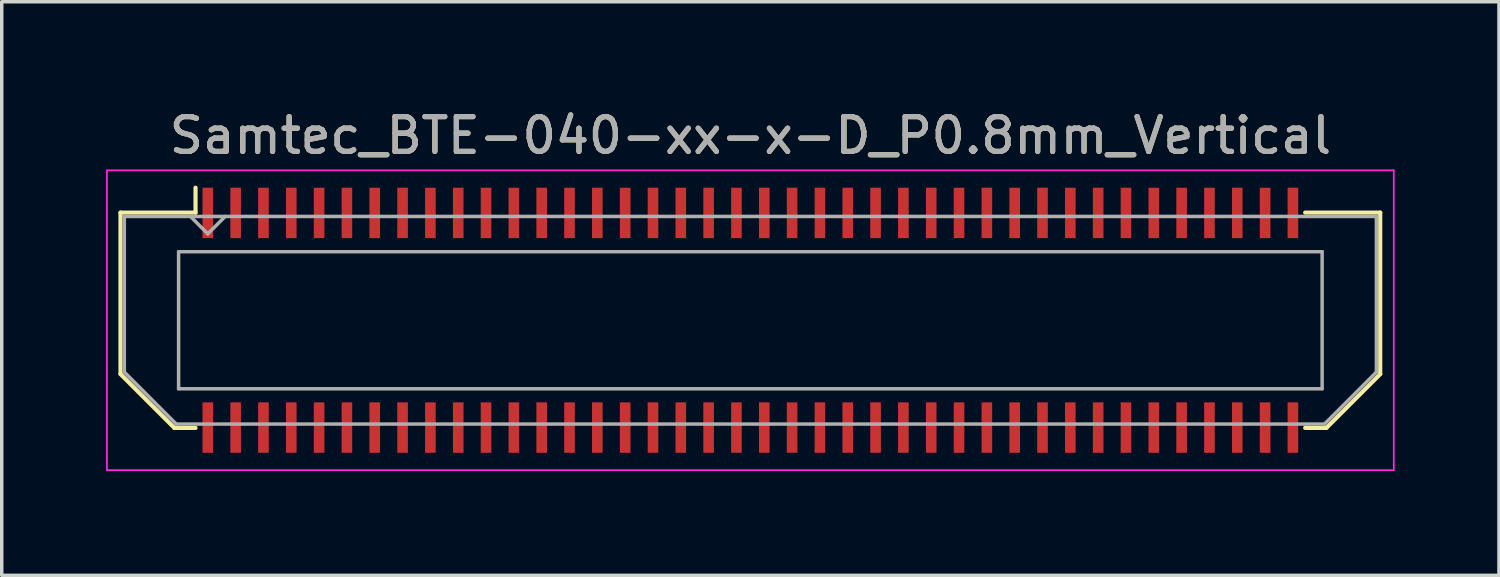
<source format=kicad_pcb>
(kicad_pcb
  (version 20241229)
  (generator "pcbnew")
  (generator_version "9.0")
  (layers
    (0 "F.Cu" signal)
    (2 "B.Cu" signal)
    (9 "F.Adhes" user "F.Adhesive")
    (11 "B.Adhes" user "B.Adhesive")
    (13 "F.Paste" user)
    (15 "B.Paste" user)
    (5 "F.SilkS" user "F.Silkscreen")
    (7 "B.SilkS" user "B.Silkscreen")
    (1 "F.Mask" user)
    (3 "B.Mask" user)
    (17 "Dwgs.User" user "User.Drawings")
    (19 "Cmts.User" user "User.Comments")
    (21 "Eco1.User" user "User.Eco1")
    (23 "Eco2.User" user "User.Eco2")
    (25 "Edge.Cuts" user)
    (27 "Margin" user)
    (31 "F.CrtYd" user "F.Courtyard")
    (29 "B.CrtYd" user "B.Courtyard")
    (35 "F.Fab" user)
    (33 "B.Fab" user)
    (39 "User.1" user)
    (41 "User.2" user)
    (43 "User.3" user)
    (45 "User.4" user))
  (footprint "Samtec_BTE-040-xx-x-D_P0.8mm_Vertical"
    (layer "F.Cu")
    (at 18.525 6.158)
    (property "Reference" "Samtec_BTE-040-xx-x-D_P0.8mm_Vertical" (at 0 -5.31 0) (layer "F.SilkS") (effects (font (size 1 1) (thickness 0.15))))
    (attr smd)
    (fp_line (start -18.11 -3.095) (end -18.11 1.548) (stroke (width 0.12) (type solid)) (layer "F.SilkS"))
    (fp_line (start -18.11 1.548) (end -16.562 3.095) (stroke (width 0.12) (type solid)) (layer "F.SilkS"))
    (fp_line (start -16.562 3.095) (end -15.953 3.095) (stroke (width 0.12) (type solid)) (layer "F.SilkS"))
    (fp_line (start -15.953 -3.811) (end -15.953 -3.095) (stroke (width 0.12) (type solid)) (layer "F.SilkS"))
    (fp_line (start -15.953 -3.095) (end -18.11 -3.095) (stroke (width 0.12) (type solid)) (layer "F.SilkS"))
    (fp_line (start 15.953 -3.095) (end 18.11 -3.095) (stroke (width 0.12) (type solid)) (layer "F.SilkS"))
    (fp_line (start 16.562 3.095) (end 15.953 3.095) (stroke (width 0.12) (type solid)) (layer "F.SilkS"))
    (fp_line (start 18.11 -3.095) (end 18.11 1.548) (stroke (width 0.12) (type solid)) (layer "F.SilkS"))
    (fp_line (start 18.11 1.548) (end 16.562 3.095) (stroke (width 0.12) (type solid)) (layer "F.SilkS"))
    (fp_line (start -18.5 -4.31) (end -18.5 4.31) (stroke (width 0.05) (type solid)) (layer "F.CrtYd"))
    (fp_line (start -18.5 4.31) (end 18.5 4.31) (stroke (width 0.05) (type solid)) (layer "F.CrtYd"))
    (fp_line (start 18.5 -4.31) (end -18.5 -4.31) (stroke (width 0.05) (type solid)) (layer "F.CrtYd"))
    (fp_line (start 18.5 4.31) (end 18.5 -4.31) (stroke (width 0.05) (type solid)) (layer "F.CrtYd"))
    (fp_line (start -18 -2.985) (end -18 1.492) (stroke (width 0.1) (type solid)) (layer "F.Fab"))
    (fp_line (start -18 -2.985) (end 18 -2.985) (stroke (width 0.1) (type solid)) (layer "F.Fab"))
    (fp_line (start -18 1.492) (end -16.508 2.985) (stroke (width 0.1) (type solid)) (layer "F.Fab"))
    (fp_line (start -16.508 2.985) (end 16.508 2.985) (stroke (width 0.1) (type solid)) (layer "F.Fab"))
    (fp_line (start -16.44 -1.97) (end -16.44 1.97) (stroke (width 0.1) (type solid)) (layer "F.Fab"))
    (fp_line (start -16.44 1.97) (end 16.44 1.97) (stroke (width 0.1) (type solid)) (layer "F.Fab"))
    (fp_line (start -15.6 -2.485) (end -16.1 -2.985) (stroke (width 0.1) (type solid)) (layer "F.Fab"))
    (fp_line (start -15.1 -2.985) (end -15.6 -2.485) (stroke (width 0.1) (type solid)) (layer "F.Fab"))
    (fp_line (start 16.44 -1.97) (end -16.44 -1.97) (stroke (width 0.1) (type solid)) (layer "F.Fab"))
    (fp_line (start 16.44 1.97) (end 16.44 -1.97) (stroke (width 0.1) (type solid)) (layer "F.Fab"))
    (fp_line (start 18 -2.985) (end 18 1.492) (stroke (width 0.1) (type solid)) (layer "F.Fab"))
    (fp_line (start 18 1.492) (end 16.508 2.985) (stroke (width 0.1) (type solid)) (layer "F.Fab"))
    (fp_text user "${REFERENCE}" (at 0 -5.31 0) (layer "F.Fab") (effects (font (size 1 1) (thickness 0.15))))
    (pad "1" smd rect (at -15.6 -3.086) (size 0.305 1.45) (layers "F.Cu" "F.Mask" "F.Paste"))
    (pad "2" smd rect (at -15.6 3.086) (size 0.305 1.45) (layers "F.Cu" "F.Mask" "F.Paste"))
    (pad "3" smd rect (at -14.8 -3.086) (size 0.305 1.45) (layers "F.Cu" "F.Mask" "F.Paste"))
    (pad "4" smd rect (at -14.8 3.086) (size 0.305 1.45) (layers "F.Cu" "F.Mask" "F.Paste"))
    (pad "5" smd rect (at -14 -3.086) (size 0.305 1.45) (layers "F.Cu" "F.Mask" "F.Paste"))
    (pad "6" smd rect (at -14 3.086) (size 0.305 1.45) (layers "F.Cu" "F.Mask" "F.Paste"))
    (pad "7" smd rect (at -13.2 -3.086) (size 0.305 1.45) (layers "F.Cu" "F.Mask" "F.Paste"))
    (pad "8" smd rect (at -13.2 3.086) (size 0.305 1.45) (layers "F.Cu" "F.Mask" "F.Paste"))
    (pad "9" smd rect (at -12.4 -3.086) (size 0.305 1.45) (layers "F.Cu" "F.Mask" "F.Paste"))
    (pad "10" smd rect (at -12.4 3.086) (size 0.305 1.45) (layers "F.Cu" "F.Mask" "F.Paste"))
    (pad "11" smd rect (at -11.6 -3.086) (size 0.305 1.45) (layers "F.Cu" "F.Mask" "F.Paste"))
    (pad "12" smd rect (at -11.6 3.086) (size 0.305 1.45) (layers "F.Cu" "F.Mask" "F.Paste"))
    (pad "13" smd rect (at -10.8 -3.086) (size 0.305 1.45) (layers "F.Cu" "F.Mask" "F.Paste"))
    (pad "14" smd rect (at -10.8 3.086) (size 0.305 1.45) (layers "F.Cu" "F.Mask" "F.Paste"))
    (pad "15" smd rect (at -10 -3.086) (size 0.305 1.45) (layers "F.Cu" "F.Mask" "F.Paste"))
    (pad "16" smd rect (at -10 3.086) (size 0.305 1.45) (layers "F.Cu" "F.Mask" "F.Paste"))
    (pad "17" smd rect (at -9.2 -3.086) (size 0.305 1.45) (layers "F.Cu" "F.Mask" "F.Paste"))
    (pad "18" smd rect (at -9.2 3.086) (size 0.305 1.45) (layers "F.Cu" "F.Mask" "F.Paste"))
    (pad "19" smd rect (at -8.4 -3.086) (size 0.305 1.45) (layers "F.Cu" "F.Mask" "F.Paste"))
    (pad "20" smd rect (at -8.4 3.086) (size 0.305 1.45) (layers "F.Cu" "F.Mask" "F.Paste"))
    (pad "21" smd rect (at -7.6 -3.086) (size 0.305 1.45) (layers "F.Cu" "F.Mask" "F.Paste"))
    (pad "22" smd rect (at -7.6 3.086) (size 0.305 1.45) (layers "F.Cu" "F.Mask" "F.Paste"))
    (pad "23" smd rect (at -6.8 -3.086) (size 0.305 1.45) (layers "F.Cu" "F.Mask" "F.Paste"))
    (pad "24" smd rect (at -6.8 3.086) (size 0.305 1.45) (layers "F.Cu" "F.Mask" "F.Paste"))
    (pad "25" smd rect (at -6 -3.086) (size 0.305 1.45) (layers "F.Cu" "F.Mask" "F.Paste"))
    (pad "26" smd rect (at -6 3.086) (size 0.305 1.45) (layers "F.Cu" "F.Mask" "F.Paste"))
    (pad "27" smd rect (at -5.2 -3.086) (size 0.305 1.45) (layers "F.Cu" "F.Mask" "F.Paste"))
    (pad "28" smd rect (at -5.2 3.086) (size 0.305 1.45) (layers "F.Cu" "F.Mask" "F.Paste"))
    (pad "29" smd rect (at -4.4 -3.086) (size 0.305 1.45) (layers "F.Cu" "F.Mask" "F.Paste"))
    (pad "30" smd rect (at -4.4 3.086) (size 0.305 1.45) (layers "F.Cu" "F.Mask" "F.Paste"))
    (pad "31" smd rect (at -3.6 -3.086) (size 0.305 1.45) (layers "F.Cu" "F.Mask" "F.Paste"))
    (pad "32" smd rect (at -3.6 3.086) (size 0.305 1.45) (layers "F.Cu" "F.Mask" "F.Paste"))
    (pad "33" smd rect (at -2.8 -3.086) (size 0.305 1.45) (layers "F.Cu" "F.Mask" "F.Paste"))
    (pad "34" smd rect (at -2.8 3.086) (size 0.305 1.45) (layers "F.Cu" "F.Mask" "F.Paste"))
    (pad "35" smd rect (at -2 -3.086) (size 0.305 1.45) (layers "F.Cu" "F.Mask" "F.Paste"))
    (pad "36" smd rect (at -2 3.086) (size 0.305 1.45) (layers "F.Cu" "F.Mask" "F.Paste"))
    (pad "37" smd rect (at -1.2 -3.086) (size 0.305 1.45) (layers "F.Cu" "F.Mask" "F.Paste"))
    (pad "38" smd rect (at -1.2 3.086) (size 0.305 1.45) (layers "F.Cu" "F.Mask" "F.Paste"))
    (pad "39" smd rect (at -0.4 -3.086) (size 0.305 1.45) (layers "F.Cu" "F.Mask" "F.Paste"))
    (pad "40" smd rect (at -0.4 3.086) (size 0.305 1.45) (layers "F.Cu" "F.Mask" "F.Paste"))
    (pad "41" smd rect (at 0.4 -3.086) (size 0.305 1.45) (layers "F.Cu" "F.Mask" "F.Paste"))
    (pad "42" smd rect (at 0.4 3.086) (size 0.305 1.45) (layers "F.Cu" "F.Mask" "F.Paste"))
    (pad "43" smd rect (at 1.2 -3.086) (size 0.305 1.45) (layers "F.Cu" "F.Mask" "F.Paste"))
    (pad "44" smd rect (at 1.2 3.086) (size 0.305 1.45) (layers "F.Cu" "F.Mask" "F.Paste"))
    (pad "45" smd rect (at 2 -3.086) (size 0.305 1.45) (layers "F.Cu" "F.Mask" "F.Paste"))
    (pad "46" smd rect (at 2 3.086) (size 0.305 1.45) (layers "F.Cu" "F.Mask" "F.Paste"))
    (pad "47" smd rect (at 2.8 -3.086) (size 0.305 1.45) (layers "F.Cu" "F.Mask" "F.Paste"))
    (pad "48" smd rect (at 2.8 3.086) (size 0.305 1.45) (layers "F.Cu" "F.Mask" "F.Paste"))
    (pad "49" smd rect (at 3.6 -3.086) (size 0.305 1.45) (layers "F.Cu" "F.Mask" "F.Paste"))
    (pad "50" smd rect (at 3.6 3.086) (size 0.305 1.45) (layers "F.Cu" "F.Mask" "F.Paste"))
    (pad "51" smd rect (at 4.4 -3.086) (size 0.305 1.45) (layers "F.Cu" "F.Mask" "F.Paste"))
    (pad "52" smd rect (at 4.4 3.086) (size 0.305 1.45) (layers "F.Cu" "F.Mask" "F.Paste"))
    (pad "53" smd rect (at 5.2 -3.086) (size 0.305 1.45) (layers "F.Cu" "F.Mask" "F.Paste"))
    (pad "54" smd rect (at 5.2 3.086) (size 0.305 1.45) (layers "F.Cu" "F.Mask" "F.Paste"))
    (pad "55" smd rect (at 6 -3.086) (size 0.305 1.45) (layers "F.Cu" "F.Mask" "F.Paste"))
    (pad "56" smd rect (at 6 3.086) (size 0.305 1.45) (layers "F.Cu" "F.Mask" "F.Paste"))
    (pad "57" smd rect (at 6.8 -3.086) (size 0.305 1.45) (layers "F.Cu" "F.Mask" "F.Paste"))
    (pad "58" smd rect (at 6.8 3.086) (size 0.305 1.45) (layers "F.Cu" "F.Mask" "F.Paste"))
    (pad "59" smd rect (at 7.6 -3.086) (size 0.305 1.45) (layers "F.Cu" "F.Mask" "F.Paste"))
    (pad "60" smd rect (at 7.6 3.086) (size 0.305 1.45) (layers "F.Cu" "F.Mask" "F.Paste"))
    (pad "61" smd rect (at 8.4 -3.086) (size 0.305 1.45) (layers "F.Cu" "F.Mask" "F.Paste"))
    (pad "62" smd rect (at 8.4 3.086) (size 0.305 1.45) (layers "F.Cu" "F.Mask" "F.Paste"))
    (pad "63" smd rect (at 9.2 -3.086) (size 0.305 1.45) (layers "F.Cu" "F.Mask" "F.Paste"))
    (pad "64" smd rect (at 9.2 3.086) (size 0.305 1.45) (layers "F.Cu" "F.Mask" "F.Paste"))
    (pad "65" smd rect (at 10 -3.086) (size 0.305 1.45) (layers "F.Cu" "F.Mask" "F.Paste"))
    (pad "66" smd rect (at 10 3.086) (size 0.305 1.45) (layers "F.Cu" "F.Mask" "F.Paste"))
    (pad "67" smd rect (at 10.8 -3.086) (size 0.305 1.45) (layers "F.Cu" "F.Mask" "F.Paste"))
    (pad "68" smd rect (at 10.8 3.086) (size 0.305 1.45) (layers "F.Cu" "F.Mask" "F.Paste"))
    (pad "69" smd rect (at 11.6 -3.086) (size 0.305 1.45) (layers "F.Cu" "F.Mask" "F.Paste"))
    (pad "70" smd rect (at 11.6 3.086) (size 0.305 1.45) (layers "F.Cu" "F.Mask" "F.Paste"))
    (pad "71" smd rect (at 12.4 -3.086) (size 0.305 1.45) (layers "F.Cu" "F.Mask" "F.Paste"))
    (pad "72" smd rect (at 12.4 3.086) (size 0.305 1.45) (layers "F.Cu" "F.Mask" "F.Paste"))
    (pad "73" smd rect (at 13.2 -3.086) (size 0.305 1.45) (layers "F.Cu" "F.Mask" "F.Paste"))
    (pad "74" smd rect (at 13.2 3.086) (size 0.305 1.45) (layers "F.Cu" "F.Mask" "F.Paste"))
    (pad "75" smd rect (at 14 -3.086) (size 0.305 1.45) (layers "F.Cu" "F.Mask" "F.Paste"))
    (pad "76" smd rect (at 14 3.086) (size 0.305 1.45) (layers "F.Cu" "F.Mask" "F.Paste"))
    (pad "77" smd rect (at 14.8 -3.086) (size 0.305 1.45) (layers "F.Cu" "F.Mask" "F.Paste"))
    (pad "78" smd rect (at 14.8 3.086) (size 0.305 1.45) (layers "F.Cu" "F.Mask" "F.Paste"))
    (pad "79" smd rect (at 15.6 -3.086) (size 0.305 1.45) (layers "F.Cu" "F.Mask" "F.Paste"))
    (pad "80" smd rect (at 15.6 3.086) (size 0.305 1.45) (layers "F.Cu" "F.Mask" "F.Paste")))
  (gr_rect
    (start -3 -3)
    (end 40.05 13.493)
    (stroke (width 0.1) (type default))
    (fill no)
    (layer "Edge.Cuts")))
</source>
